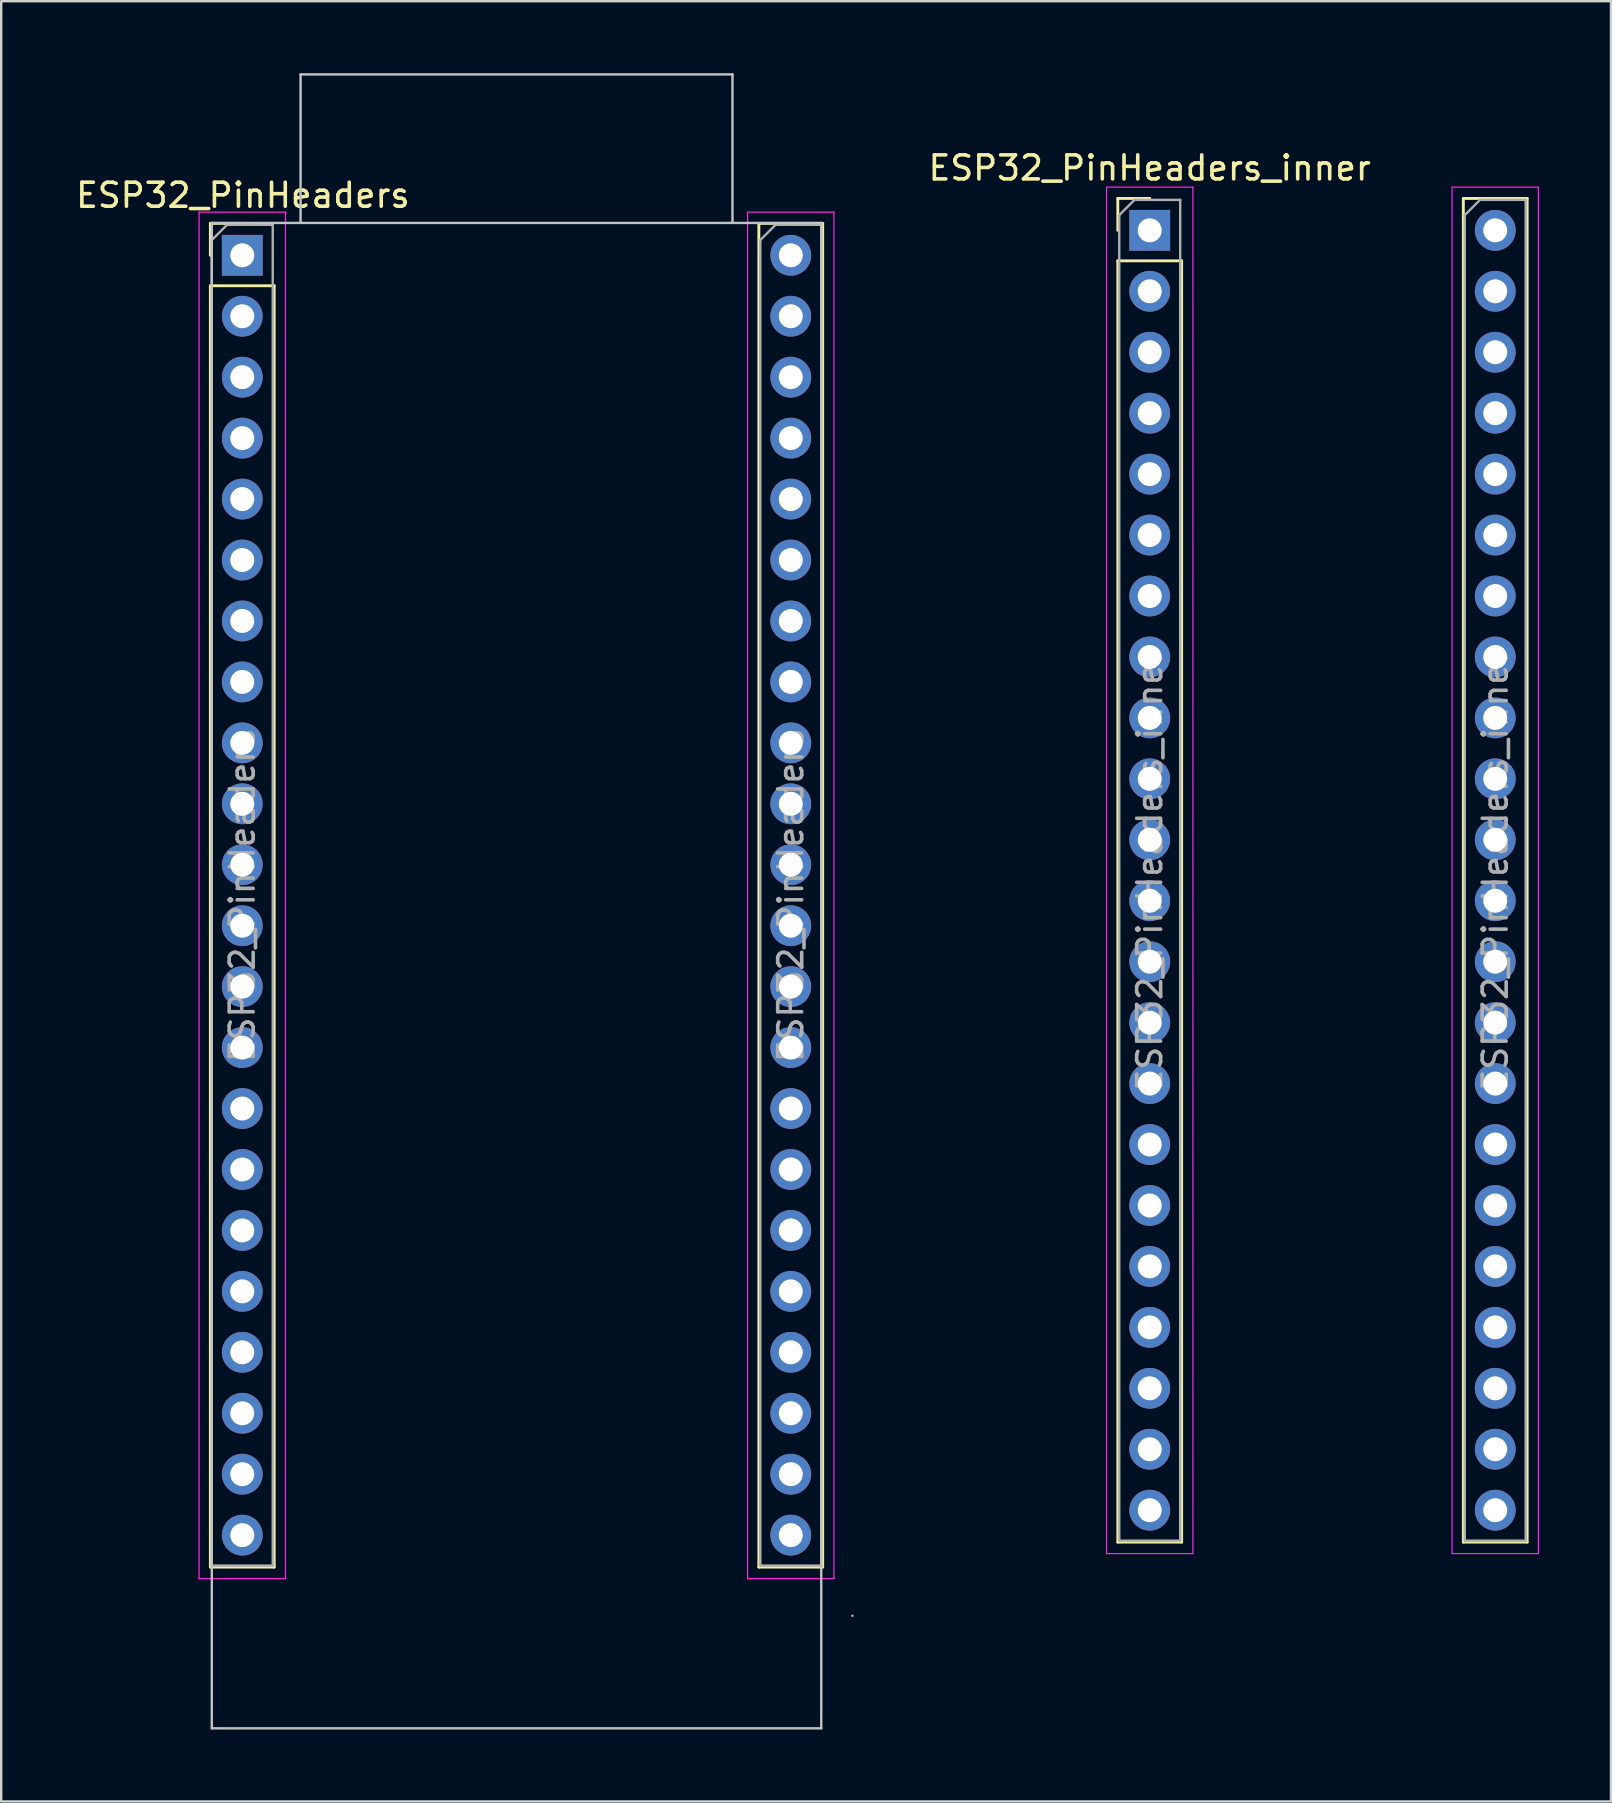
<source format=kicad_pcb>
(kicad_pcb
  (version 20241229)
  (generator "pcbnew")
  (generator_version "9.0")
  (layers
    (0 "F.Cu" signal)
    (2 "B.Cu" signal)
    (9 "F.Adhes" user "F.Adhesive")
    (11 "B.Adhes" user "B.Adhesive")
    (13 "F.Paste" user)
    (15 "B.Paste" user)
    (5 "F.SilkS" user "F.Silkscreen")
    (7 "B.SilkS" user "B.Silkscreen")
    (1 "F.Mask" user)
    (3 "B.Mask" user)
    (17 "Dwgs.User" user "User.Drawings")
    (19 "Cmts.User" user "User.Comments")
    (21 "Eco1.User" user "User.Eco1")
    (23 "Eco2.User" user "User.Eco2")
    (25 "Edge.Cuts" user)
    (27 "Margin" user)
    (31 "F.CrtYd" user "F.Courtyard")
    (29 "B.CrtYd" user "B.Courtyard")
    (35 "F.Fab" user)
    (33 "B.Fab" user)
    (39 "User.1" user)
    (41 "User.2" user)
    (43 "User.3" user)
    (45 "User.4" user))
  (footprint "ESP32_PinHeaders"
    (layer "F.Cu")
    (at 18.477 1.29)
    (property "Reference" "ESP32_PinHeaders" (at -11.4 3.8 0) (layer "F.SilkS") (effects (font (size 1 1) (thickness 0.15))))
    (attr through_hole)
    (fp_line (start -12.76 4.97) (end -11.43 4.97) (stroke (width 0.12) (type solid)) (layer "F.SilkS"))
    (fp_line (start -12.76 6.3) (end -12.76 4.97) (stroke (width 0.12) (type solid)) (layer "F.SilkS"))
    (fp_line (start -12.76 7.57) (end -12.76 60.97) (stroke (width 0.12) (type solid)) (layer "F.SilkS"))
    (fp_line (start -12.76 7.57) (end -10.1 7.57) (stroke (width 0.12) (type solid)) (layer "F.SilkS"))
    (fp_line (start -12.76 60.97) (end -10.1 60.97) (stroke (width 0.12) (type solid)) (layer "F.SilkS"))
    (fp_line (start -10.1 7.57) (end -10.1 60.97) (stroke (width 0.12) (type solid)) (layer "F.SilkS"))
    (fp_line (start 10.1 4.97) (end 10.1 60.97) (stroke (width 0.12) (type solid)) (layer "F.SilkS"))
    (fp_line (start 10.1 4.97) (end 12.76 4.97) (stroke (width 0.12) (type solid)) (layer "F.SilkS"))
    (fp_line (start 10.1 60.97) (end 12.76 60.97) (stroke (width 0.12) (type solid)) (layer "F.SilkS"))
    (fp_line (start 12.76 4.97) (end 12.76 60.97) (stroke (width 0.12) (type solid)) (layer "F.SilkS"))
    (fp_line (start -12.7 4.95) (end 12.7 4.95) (stroke (width 0.1) (type default)) (layer "Dwgs.User"))
    (fp_line (start -12.7 67.69) (end -12.7 4.95) (stroke (width 0.1) (type default)) (layer "Dwgs.User"))
    (fp_line (start -12.7 67.69) (end 12.7 67.69) (stroke (width 0.1) (type default)) (layer "Dwgs.User"))
    (fp_line (start -9 -1.24) (end -9 4.95) (stroke (width 0.1) (type default)) (layer "Dwgs.User"))
    (fp_line (start -9 -1.24) (end 9 -1.24) (stroke (width 0.1) (type default)) (layer "Dwgs.User"))
    (fp_line (start 9 -1.24) (end 9 4.95) (stroke (width 0.1) (type default)) (layer "Dwgs.User"))
    (fp_line (start 12.7 67.69) (end 12.7 4.95) (stroke (width 0.1) (type default)) (layer "Dwgs.User"))
    (fp_line (start 14 63) (end 14 63) (stroke (width 0.1) (type default)) (layer "Dwgs.User"))
    (fp_line (start -13.23 4.5) (end -13.23 61.45) (stroke (width 0.05) (type solid)) (layer "F.CrtYd"))
    (fp_line (start -13.23 61.45) (end -9.63 61.45) (stroke (width 0.05) (type solid)) (layer "F.CrtYd"))
    (fp_line (start -9.63 4.5) (end -13.23 4.5) (stroke (width 0.05) (type solid)) (layer "F.CrtYd"))
    (fp_line (start -9.63 61.45) (end -9.63 4.5) (stroke (width 0.05) (type solid)) (layer "F.CrtYd"))
    (fp_line (start 9.63 4.5) (end 9.63 61.45) (stroke (width 0.05) (type solid)) (layer "F.CrtYd"))
    (fp_line (start 9.63 61.45) (end 13.23 61.45) (stroke (width 0.05) (type solid)) (layer "F.CrtYd"))
    (fp_line (start 13.23 4.5) (end 9.63 4.5) (stroke (width 0.05) (type solid)) (layer "F.CrtYd"))
    (fp_line (start 13.23 61.45) (end 13.23 4.5) (stroke (width 0.05) (type solid)) (layer "F.CrtYd"))
    (fp_line (start -12.7 5.665) (end -12.065 5.03) (stroke (width 0.1) (type solid)) (layer "F.Fab"))
    (fp_line (start -12.7 60.91) (end -12.7 5.665) (stroke (width 0.1) (type solid)) (layer "F.Fab"))
    (fp_line (start -12.065 5.03) (end -10.16 5.03) (stroke (width 0.1) (type solid)) (layer "F.Fab"))
    (fp_line (start -10.16 5.03) (end -10.16 60.91) (stroke (width 0.1) (type solid)) (layer "F.Fab"))
    (fp_line (start -10.16 60.91) (end -12.7 60.91) (stroke (width 0.1) (type solid)) (layer "F.Fab"))
    (fp_line (start 10.16 5.665) (end 10.795 5.03) (stroke (width 0.1) (type solid)) (layer "F.Fab"))
    (fp_line (start 10.16 60.91) (end 10.16 5.665) (stroke (width 0.1) (type solid)) (layer "F.Fab"))
    (fp_line (start 10.795 5.03) (end 12.7 5.03) (stroke (width 0.1) (type solid)) (layer "F.Fab"))
    (fp_line (start 12.7 5.03) (end 12.7 60.91) (stroke (width 0.1) (type solid)) (layer "F.Fab"))
    (fp_line (start 12.7 60.91) (end 10.16 60.91) (stroke (width 0.1) (type solid)) (layer "F.Fab"))
    (fp_text user "${REFERENCE}" (at 11.43 32.97 90) (layer "F.Fab") (effects (font (size 1 1) (thickness 0.15))))
    (fp_text user "${REFERENCE}" (at -11.43 32.97 90) (layer "F.Fab") (effects (font (size 1 1) (thickness 0.15))))
    (pad "1" thru_hole rect (at -11.43 6.3) (size 1.7 1.7) (drill 1) (layers "*.Cu" "*.Mask"))
    (pad "2" thru_hole oval (at -11.43 8.84) (size 1.7 1.7) (drill 1) (layers "*.Cu" "*.Mask"))
    (pad "3" thru_hole oval (at -11.43 11.38) (size 1.7 1.7) (drill 1) (layers "*.Cu" "*.Mask"))
    (pad "4" thru_hole oval (at -11.43 13.92) (size 1.7 1.7) (drill 1) (layers "*.Cu" "*.Mask"))
    (pad "5" thru_hole oval (at -11.43 16.46) (size 1.7 1.7) (drill 1) (layers "*.Cu" "*.Mask"))
    (pad "6" thru_hole oval (at -11.43 19) (size 1.7 1.7) (drill 1) (layers "*.Cu" "*.Mask"))
    (pad "7" thru_hole oval (at -11.43 21.54) (size 1.7 1.7) (drill 1) (layers "*.Cu" "*.Mask"))
    (pad "8" thru_hole oval (at -11.43 24.08) (size 1.7 1.7) (drill 1) (layers "*.Cu" "*.Mask"))
    (pad "9" thru_hole oval (at -11.43 26.62) (size 1.7 1.7) (drill 1) (layers "*.Cu" "*.Mask"))
    (pad "10" thru_hole oval (at -11.43 29.16) (size 1.7 1.7) (drill 1) (layers "*.Cu" "*.Mask"))
    (pad "11" thru_hole oval (at -11.43 31.7) (size 1.7 1.7) (drill 1) (layers "*.Cu" "*.Mask"))
    (pad "12" thru_hole oval (at -11.43 34.24) (size 1.7 1.7) (drill 1) (layers "*.Cu" "*.Mask"))
    (pad "13" thru_hole oval (at -11.43 36.78) (size 1.7 1.7) (drill 1) (layers "*.Cu" "*.Mask"))
    (pad "14" thru_hole oval (at -11.43 39.32) (size 1.7 1.7) (drill 1) (layers "*.Cu" "*.Mask"))
    (pad "15" thru_hole oval (at -11.43 41.86) (size 1.7 1.7) (drill 1) (layers "*.Cu" "*.Mask"))
    (pad "16" thru_hole oval (at -11.43 44.4) (size 1.7 1.7) (drill 1) (layers "*.Cu" "*.Mask"))
    (pad "17" thru_hole oval (at -11.43 46.94) (size 1.7 1.7) (drill 1) (layers "*.Cu" "*.Mask"))
    (pad "18" thru_hole oval (at -11.43 49.48) (size 1.7 1.7) (drill 1) (layers "*.Cu" "*.Mask"))
    (pad "19" thru_hole oval (at -11.43 52.02) (size 1.7 1.7) (drill 1) (layers "*.Cu" "*.Mask"))
    (pad "20" thru_hole oval (at -11.43 54.56) (size 1.7 1.7) (drill 1) (layers "*.Cu" "*.Mask"))
    (pad "21" thru_hole oval (at -11.43 57.1) (size 1.7 1.7) (drill 1) (layers "*.Cu" "*.Mask"))
    (pad "22" thru_hole oval (at -11.43 59.64) (size 1.7 1.7) (drill 1) (layers "*.Cu" "*.Mask"))
    (pad "23" thru_hole oval (at 11.43 6.3) (size 1.7 1.7) (drill 1) (layers "*.Cu" "*.Mask"))
    (pad "24" thru_hole oval (at 11.43 8.84) (size 1.7 1.7) (drill 1) (layers "*.Cu" "*.Mask"))
    (pad "25" thru_hole oval (at 11.43 11.38) (size 1.7 1.7) (drill 1) (layers "*.Cu" "*.Mask"))
    (pad "26" thru_hole oval (at 11.43 13.92) (size 1.7 1.7) (drill 1) (layers "*.Cu" "*.Mask"))
    (pad "27" thru_hole oval (at 11.43 16.46) (size 1.7 1.7) (drill 1) (layers "*.Cu" "*.Mask"))
    (pad "28" thru_hole oval (at 11.43 19) (size 1.7 1.7) (drill 1) (layers "*.Cu" "*.Mask"))
    (pad "29" thru_hole oval (at 11.43 21.54) (size 1.7 1.7) (drill 1) (layers "*.Cu" "*.Mask"))
    (pad "30" thru_hole oval (at 11.43 24.08) (size 1.7 1.7) (drill 1) (layers "*.Cu" "*.Mask"))
    (pad "31" thru_hole oval (at 11.43 26.62) (size 1.7 1.7) (drill 1) (layers "*.Cu" "*.Mask"))
    (pad "32" thru_hole oval (at 11.43 29.16) (size 1.7 1.7) (drill 1) (layers "*.Cu" "*.Mask"))
    (pad "33" thru_hole oval (at 11.43 31.7) (size 1.7 1.7) (drill 1) (layers "*.Cu" "*.Mask"))
    (pad "34" thru_hole oval (at 11.43 34.24) (size 1.7 1.7) (drill 1) (layers "*.Cu" "*.Mask"))
    (pad "35" thru_hole oval (at 11.43 36.78) (size 1.7 1.7) (drill 1) (layers "*.Cu" "*.Mask"))
    (pad "36" thru_hole oval (at 11.43 39.32) (size 1.7 1.7) (drill 1) (layers "*.Cu" "*.Mask"))
    (pad "37" thru_hole oval (at 11.43 41.86) (size 1.7 1.7) (drill 1) (layers "*.Cu" "*.Mask"))
    (pad "38" thru_hole oval (at 11.43 44.4) (size 1.7 1.7) (drill 1) (layers "*.Cu" "*.Mask"))
    (pad "39" thru_hole oval (at 11.43 46.94) (size 1.7 1.7) (drill 1) (layers "*.Cu" "*.Mask"))
    (pad "40" thru_hole oval (at 11.43 49.48) (size 1.7 1.7) (drill 1) (layers "*.Cu" "*.Mask"))
    (pad "41" thru_hole oval (at 11.43 52.02) (size 1.7 1.7) (drill 1) (layers "*.Cu" "*.Mask"))
    (pad "42" thru_hole oval (at 11.43 54.56) (size 1.7 1.7) (drill 1) (layers "*.Cu" "*.Mask"))
    (pad "43" thru_hole oval (at 11.43 57.1) (size 1.7 1.7) (drill 1) (layers "*.Cu" "*.Mask"))
    (pad "44" thru_hole oval (at 11.43 59.64) (size 1.7 1.7) (drill 1) (layers "*.Cu" "*.Mask")))
  (footprint "ESP32_PinHeaders_inner"
    (layer "F.Cu")
    (at 52.067 0.25)
    (property "Reference" "ESP32_PinHeaders_inner" (at -7.2 3.7 0) (layer "F.SilkS") (effects (font (size 1 1) (thickness 0.15))))
    (attr through_hole)
    (fp_line (start -8.53 4.97) (end -7.2 4.97) (stroke (width 0.12) (type solid)) (layer "F.SilkS"))
    (fp_line (start -8.53 6.3) (end -8.53 4.97) (stroke (width 0.12) (type solid)) (layer "F.SilkS"))
    (fp_line (start -8.53 7.57) (end -8.53 60.97) (stroke (width 0.12) (type solid)) (layer "F.SilkS"))
    (fp_line (start -8.53 7.57) (end -5.87 7.57) (stroke (width 0.12) (type solid)) (layer "F.SilkS"))
    (fp_line (start -8.53 60.97) (end -5.87 60.97) (stroke (width 0.12) (type solid)) (layer "F.SilkS"))
    (fp_line (start -5.87 7.57) (end -5.87 60.97) (stroke (width 0.12) (type solid)) (layer "F.SilkS"))
    (fp_line (start 5.87 4.97) (end 8.53 4.97) (stroke (width 0.12) (type solid)) (layer "F.SilkS"))
    (fp_line (start 5.87 6.3) (end 5.87 4.97) (stroke (width 0.12) (type solid)) (layer "F.SilkS"))
    (fp_line (start 5.87 6.3) (end 5.87 60.97) (stroke (width 0.12) (type solid)) (layer "F.SilkS"))
    (fp_line (start 5.87 60.97) (end 8.53 60.97) (stroke (width 0.12) (type solid)) (layer "F.SilkS"))
    (fp_line (start 8.53 4.97) (end 8.53 60.97) (stroke (width 0.12) (type solid)) (layer "F.SilkS"))
    (fp_line (start -9 4.5) (end -9 61.45) (stroke (width 0.05) (type solid)) (layer "F.CrtYd"))
    (fp_line (start -9 61.45) (end -5.4 61.45) (stroke (width 0.05) (type solid)) (layer "F.CrtYd"))
    (fp_line (start -5.4 4.5) (end -9 4.5) (stroke (width 0.05) (type solid)) (layer "F.CrtYd"))
    (fp_line (start -5.4 61.45) (end -5.4 4.5) (stroke (width 0.05) (type solid)) (layer "F.CrtYd"))
    (fp_line (start 5.4 4.5) (end 5.4 61.45) (stroke (width 0.05) (type solid)) (layer "F.CrtYd"))
    (fp_line (start 5.4 61.45) (end 9 61.45) (stroke (width 0.05) (type solid)) (layer "F.CrtYd"))
    (fp_line (start 9 4.5) (end 5.4 4.5) (stroke (width 0.05) (type solid)) (layer "F.CrtYd"))
    (fp_line (start 9 61.45) (end 9 4.5) (stroke (width 0.05) (type solid)) (layer "F.CrtYd"))
    (fp_line (start -8.47 5.665) (end -7.835 5.03) (stroke (width 0.1) (type solid)) (layer "F.Fab"))
    (fp_line (start -8.47 60.91) (end -8.47 5.665) (stroke (width 0.1) (type solid)) (layer "F.Fab"))
    (fp_line (start -7.835 5.03) (end -5.93 5.03) (stroke (width 0.1) (type solid)) (layer "F.Fab"))
    (fp_line (start -5.93 5.03) (end -5.93 60.91) (stroke (width 0.1) (type solid)) (layer "F.Fab"))
    (fp_line (start -5.93 60.91) (end -8.47 60.91) (stroke (width 0.1) (type solid)) (layer "F.Fab"))
    (fp_line (start 5.93 5.665) (end 6.565 5.03) (stroke (width 0.1) (type solid)) (layer "F.Fab"))
    (fp_line (start 5.93 60.91) (end 5.93 5.665) (stroke (width 0.1) (type solid)) (layer "F.Fab"))
    (fp_line (start 6.565 5.03) (end 8.47 5.03) (stroke (width 0.1) (type solid)) (layer "F.Fab"))
    (fp_line (start 8.47 5.03) (end 8.47 60.91) (stroke (width 0.1) (type solid)) (layer "F.Fab"))
    (fp_line (start 8.47 60.91) (end 5.93 60.91) (stroke (width 0.1) (type solid)) (layer "F.Fab"))
    (fp_text user "${REFERENCE}" (at -7.2 32.97 90) (layer "F.Fab") (effects (font (size 1 1) (thickness 0.15))))
    (fp_text user "${REFERENCE}" (at 7.2 32.97 90) (layer "F.Fab") (effects (font (size 1 1) (thickness 0.15))))
    (pad "1" thru_hole rect (at -7.2 6.3) (size 1.7 1.7) (drill 1) (layers "*.Cu" "*.Mask"))
    (pad "2" thru_hole oval (at -7.2 8.84) (size 1.7 1.7) (drill 1) (layers "*.Cu" "*.Mask"))
    (pad "3" thru_hole oval (at -7.2 11.38) (size 1.7 1.7) (drill 1) (layers "*.Cu" "*.Mask"))
    (pad "4" thru_hole oval (at -7.2 13.92) (size 1.7 1.7) (drill 1) (layers "*.Cu" "*.Mask"))
    (pad "5" thru_hole oval (at -7.2 16.46) (size 1.7 1.7) (drill 1) (layers "*.Cu" "*.Mask"))
    (pad "6" thru_hole oval (at -7.2 19) (size 1.7 1.7) (drill 1) (layers "*.Cu" "*.Mask"))
    (pad "7" thru_hole oval (at -7.2 21.54) (size 1.7 1.7) (drill 1) (layers "*.Cu" "*.Mask"))
    (pad "8" thru_hole oval (at -7.2 24.08) (size 1.7 1.7) (drill 1) (layers "*.Cu" "*.Mask"))
    (pad "9" thru_hole oval (at -7.2 26.62) (size 1.7 1.7) (drill 1) (layers "*.Cu" "*.Mask"))
    (pad "10" thru_hole oval (at -7.2 29.16) (size 1.7 1.7) (drill 1) (layers "*.Cu" "*.Mask"))
    (pad "11" thru_hole oval (at -7.2 31.7) (size 1.7 1.7) (drill 1) (layers "*.Cu" "*.Mask"))
    (pad "12" thru_hole oval (at -7.2 34.24) (size 1.7 1.7) (drill 1) (layers "*.Cu" "*.Mask"))
    (pad "13" thru_hole oval (at -7.2 36.78) (size 1.7 1.7) (drill 1) (layers "*.Cu" "*.Mask"))
    (pad "14" thru_hole oval (at -7.2 39.32) (size 1.7 1.7) (drill 1) (layers "*.Cu" "*.Mask"))
    (pad "15" thru_hole oval (at -7.2 41.86) (size 1.7 1.7) (drill 1) (layers "*.Cu" "*.Mask"))
    (pad "16" thru_hole oval (at -7.2 44.4) (size 1.7 1.7) (drill 1) (layers "*.Cu" "*.Mask"))
    (pad "17" thru_hole oval (at -7.2 46.94) (size 1.7 1.7) (drill 1) (layers "*.Cu" "*.Mask"))
    (pad "18" thru_hole oval (at -7.2 49.48) (size 1.7 1.7) (drill 1) (layers "*.Cu" "*.Mask"))
    (pad "19" thru_hole oval (at -7.2 52.02) (size 1.7 1.7) (drill 1) (layers "*.Cu" "*.Mask"))
    (pad "20" thru_hole oval (at -7.2 54.56) (size 1.7 1.7) (drill 1) (layers "*.Cu" "*.Mask"))
    (pad "21" thru_hole oval (at -7.2 57.1) (size 1.7 1.7) (drill 1) (layers "*.Cu" "*.Mask"))
    (pad "22" thru_hole oval (at -7.2 59.64) (size 1.7 1.7) (drill 1) (layers "*.Cu" "*.Mask"))
    (pad "23" thru_hole oval (at 7.2 6.3) (size 1.7 1.7) (drill 1) (layers "*.Cu" "*.Mask"))
    (pad "24" thru_hole oval (at 7.2 8.84) (size 1.7 1.7) (drill 1) (layers "*.Cu" "*.Mask"))
    (pad "25" thru_hole oval (at 7.2 11.38) (size 1.7 1.7) (drill 1) (layers "*.Cu" "*.Mask"))
    (pad "26" thru_hole oval (at 7.2 13.92) (size 1.7 1.7) (drill 1) (layers "*.Cu" "*.Mask"))
    (pad "27" thru_hole oval (at 7.2 16.46) (size 1.7 1.7) (drill 1) (layers "*.Cu" "*.Mask"))
    (pad "28" thru_hole oval (at 7.2 19) (size 1.7 1.7) (drill 1) (layers "*.Cu" "*.Mask"))
    (pad "29" thru_hole oval (at 7.2 21.54) (size 1.7 1.7) (drill 1) (layers "*.Cu" "*.Mask"))
    (pad "30" thru_hole oval (at 7.2 24.08) (size 1.7 1.7) (drill 1) (layers "*.Cu" "*.Mask"))
    (pad "31" thru_hole oval (at 7.2 26.62) (size 1.7 1.7) (drill 1) (layers "*.Cu" "*.Mask"))
    (pad "32" thru_hole oval (at 7.2 29.16) (size 1.7 1.7) (drill 1) (layers "*.Cu" "*.Mask"))
    (pad "33" thru_hole oval (at 7.2 31.7) (size 1.7 1.7) (drill 1) (layers "*.Cu" "*.Mask"))
    (pad "34" thru_hole oval (at 7.2 34.24) (size 1.7 1.7) (drill 1) (layers "*.Cu" "*.Mask"))
    (pad "35" thru_hole oval (at 7.2 36.78) (size 1.7 1.7) (drill 1) (layers "*.Cu" "*.Mask"))
    (pad "36" thru_hole oval (at 7.2 39.32) (size 1.7 1.7) (drill 1) (layers "*.Cu" "*.Mask"))
    (pad "37" thru_hole oval (at 7.2 41.86) (size 1.7 1.7) (drill 1) (layers "*.Cu" "*.Mask"))
    (pad "38" thru_hole oval (at 7.2 44.4) (size 1.7 1.7) (drill 1) (layers "*.Cu" "*.Mask"))
    (pad "39" thru_hole oval (at 7.2 46.94) (size 1.7 1.7) (drill 1) (layers "*.Cu" "*.Mask"))
    (pad "40" thru_hole oval (at 7.2 49.48) (size 1.7 1.7) (drill 1) (layers "*.Cu" "*.Mask"))
    (pad "41" thru_hole oval (at 7.2 52.02) (size 1.7 1.7) (drill 1) (layers "*.Cu" "*.Mask"))
    (pad "42" thru_hole oval (at 7.2 54.56) (size 1.7 1.7) (drill 1) (layers "*.Cu" "*.Mask"))
    (pad "43" thru_hole oval (at 7.2 57.1) (size 1.7 1.7) (drill 1) (layers "*.Cu" "*.Mask"))
    (pad "44" thru_hole oval (at 7.2 59.64) (size 1.7 1.7) (drill 1) (layers "*.Cu" "*.Mask")))
  (gr_rect
    (start -3 -3)
    (end 64.092 72.03)
    (stroke (width 0.1) (type default))
    (fill no)
    (layer "Edge.Cuts")))
</source>
